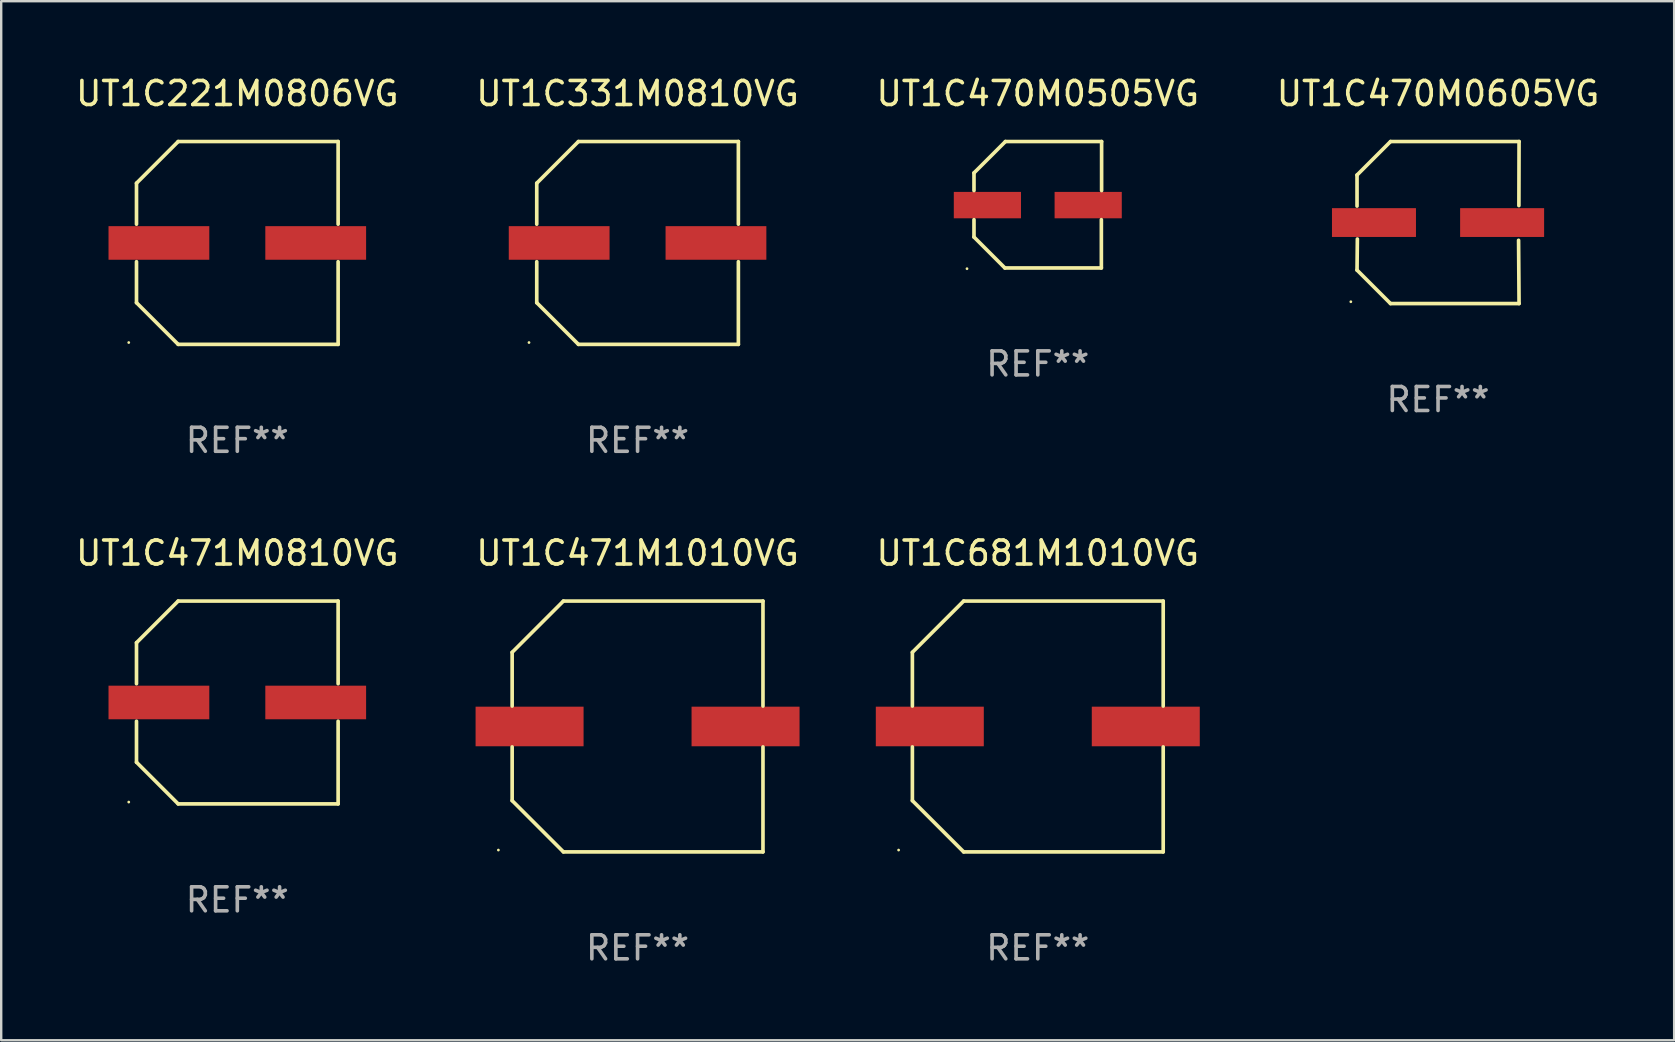
<source format=kicad_pcb>
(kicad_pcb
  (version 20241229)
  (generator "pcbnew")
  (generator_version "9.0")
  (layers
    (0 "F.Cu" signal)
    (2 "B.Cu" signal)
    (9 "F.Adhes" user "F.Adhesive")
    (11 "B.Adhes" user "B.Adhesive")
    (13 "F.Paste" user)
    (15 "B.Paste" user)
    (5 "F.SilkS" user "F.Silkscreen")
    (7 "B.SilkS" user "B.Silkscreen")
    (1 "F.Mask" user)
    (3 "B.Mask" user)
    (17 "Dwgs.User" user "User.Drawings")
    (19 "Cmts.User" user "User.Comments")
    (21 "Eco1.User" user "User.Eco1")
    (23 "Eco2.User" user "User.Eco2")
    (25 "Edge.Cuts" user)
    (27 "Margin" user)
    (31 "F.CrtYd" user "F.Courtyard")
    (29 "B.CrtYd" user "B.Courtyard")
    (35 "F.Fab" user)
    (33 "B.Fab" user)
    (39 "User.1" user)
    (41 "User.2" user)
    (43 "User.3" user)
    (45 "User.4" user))
  (footprint "UT1C471M1010VG"
    (layer "F.Cu")
    (at 23.518 27.223)
    (property "Reference" "UT1C471M1010VG" (at 0 -7.226 0) (layer "F.SilkS") (effects (font (size 1 1) (thickness 0.15))))
    (attr through_hole)
    (fp_line (start -5.226 -3.09) (end -5.226 -0.852) (stroke (width 0.152) (type solid)) (layer "F.SilkS"))
    (fp_line (start -5.226 3.09) (end -5.226 0.852) (stroke (width 0.152) (type solid)) (layer "F.SilkS"))
    (fp_line (start -3.09 -5.226) (end -5.226 -3.09) (stroke (width 0.152) (type solid)) (layer "F.SilkS"))
    (fp_line (start -3.09 5.226) (end -5.226 3.09) (stroke (width 0.152) (type solid)) (layer "F.SilkS"))
    (fp_line (start 5.226 -5.226) (end -3.09 -5.226) (stroke (width 0.152) (type solid)) (layer "F.SilkS"))
    (fp_line (start 5.226 -0.852) (end 5.226 -5.226) (stroke (width 0.152) (type solid)) (layer "F.SilkS"))
    (fp_line (start 5.226 0.852) (end 5.226 5.226) (stroke (width 0.152) (type solid)) (layer "F.SilkS"))
    (fp_line (start 5.226 5.226) (end -3.09 5.226) (stroke (width 0.152) (type solid)) (layer "F.SilkS"))
    (fp_circle (center -5.8 5.15) (end -5.77 5.15) (stroke (width 0.06) (type solid)) (fill no) (layer "F.SilkS"))
    (fp_text user "REF**" (at 0 9.226 0) (layer "F.Fab") (effects (font (size 1 1) (thickness 0.15))))
    (pad "1" smd rect (at -4.5 0) (size 4.5 1.65) (layers "F.Cu" "F.Mask" "F.Paste"))
    (pad "2" smd rect (at 4.5 0) (size 4.5 1.65) (layers "F.Cu" "F.Mask" "F.Paste")))
  (footprint "UT1C221M0806VG"
    (layer "F.Cu")
    (at 6.839 7.074)
    (property "Reference" "UT1C221M0806VG" (at 0 -6.226 0) (layer "F.SilkS") (effects (font (size 1 1) (thickness 0.15))))
    (attr through_hole)
    (fp_line (start -4.201 -2.49) (end -4.201 -0.782) (stroke (width 0.152) (type solid)) (layer "F.SilkS"))
    (fp_line (start -4.201 2.49) (end -4.201 0.782) (stroke (width 0.152) (type solid)) (layer "F.SilkS"))
    (fp_line (start -2.465 -4.226) (end -4.201 -2.49) (stroke (width 0.152) (type solid)) (layer "F.SilkS"))
    (fp_line (start -2.465 4.226) (end -4.201 2.49) (stroke (width 0.152) (type solid)) (layer "F.SilkS"))
    (fp_line (start 4.201 -4.226) (end -2.465 -4.226) (stroke (width 0.152) (type solid)) (layer "F.SilkS"))
    (fp_line (start 4.201 -0.782) (end 4.201 -4.226) (stroke (width 0.152) (type solid)) (layer "F.SilkS"))
    (fp_line (start 4.201 0.782) (end 4.201 4.226) (stroke (width 0.152) (type solid)) (layer "F.SilkS"))
    (fp_line (start 4.201 4.226) (end -2.465 4.226) (stroke (width 0.152) (type solid)) (layer "F.SilkS"))
    (fp_circle (center -4.524 4.15) (end -4.494 4.15) (stroke (width 0.06) (type solid)) (fill no) (layer "F.SilkS"))
    (fp_text user "REF**" (at 0 8.226 0) (layer "F.Fab") (effects (font (size 1 1) (thickness 0.15))))
    (pad "1" smd rect (at -3.267 0) (size 4.2 1.4) (layers "F.Cu" "F.Mask" "F.Paste"))
    (pad "2" smd rect (at 3.267 0) (size 4.2 1.4) (layers "F.Cu" "F.Mask" "F.Paste")))
  (footprint "UT1C331M0810VG"
    (layer "F.Cu")
    (at 23.518 7.074)
    (property "Reference" "UT1C331M0810VG" (at 0 -6.226 0) (layer "F.SilkS") (effects (font (size 1 1) (thickness 0.15))))
    (attr through_hole)
    (fp_line (start -4.201 -2.49) (end -4.201 -0.782) (stroke (width 0.152) (type solid)) (layer "F.SilkS"))
    (fp_line (start -4.201 2.49) (end -4.201 0.782) (stroke (width 0.152) (type solid)) (layer "F.SilkS"))
    (fp_line (start -2.465 -4.226) (end -4.201 -2.49) (stroke (width 0.152) (type solid)) (layer "F.SilkS"))
    (fp_line (start -2.465 4.226) (end -4.201 2.49) (stroke (width 0.152) (type solid)) (layer "F.SilkS"))
    (fp_line (start 4.201 -4.226) (end -2.465 -4.226) (stroke (width 0.152) (type solid)) (layer "F.SilkS"))
    (fp_line (start 4.201 -0.782) (end 4.201 -4.226) (stroke (width 0.152) (type solid)) (layer "F.SilkS"))
    (fp_line (start 4.201 0.782) (end 4.201 4.226) (stroke (width 0.152) (type solid)) (layer "F.SilkS"))
    (fp_line (start 4.201 4.226) (end -2.465 4.226) (stroke (width 0.152) (type solid)) (layer "F.SilkS"))
    (fp_circle (center -4.524 4.15) (end -4.494 4.15) (stroke (width 0.06) (type solid)) (fill no) (layer "F.SilkS"))
    (fp_text user "REF**" (at 0 8.226 0) (layer "F.Fab") (effects (font (size 1 1) (thickness 0.15))))
    (pad "1" smd rect (at -3.267 0) (size 4.2 1.4) (layers "F.Cu" "F.Mask" "F.Paste"))
    (pad "2" smd rect (at 3.267 0) (size 4.2 1.4) (layers "F.Cu" "F.Mask" "F.Paste")))
  (footprint "UT1C470M0605VG"
    (layer "F.Cu")
    (at 56.875 6.224)
    (property "Reference" "UT1C470M0605VG" (at 0 -5.376 0) (layer "F.SilkS") (effects (font (size 1 1) (thickness 0.15))))
    (attr through_hole)
    (fp_line (start -3.376 -1.98) (end -3.376 -0.686) (stroke (width 0.152) (type solid)) (layer "F.SilkS"))
    (fp_line (start -3.376 1.981) (end -3.362 0.686) (stroke (width 0.152) (type solid)) (layer "F.SilkS"))
    (fp_line (start -1.981 3.376) (end -3.376 1.981) (stroke (width 0.152) (type solid)) (layer "F.SilkS"))
    (fp_line (start -1.98 -3.376) (end -3.376 -1.98) (stroke (width 0.152) (type solid)) (layer "F.SilkS"))
    (fp_line (start 3.356 0.74) (end 3.376 3.376) (stroke (width 0.152) (type solid)) (layer "F.SilkS"))
    (fp_line (start 3.369 -0.707) (end 3.376 -3.376) (stroke (width 0.152) (type solid)) (layer "F.SilkS"))
    (fp_line (start 3.376 3.376) (end -1.981 3.376) (stroke (width 0.152) (type solid)) (layer "F.SilkS"))
    (fp_line (start 3.376 -3.376) (end -1.98 -3.376) (stroke (width 0.152) (type solid)) (layer "F.SilkS"))
    (fp_circle (center -3.634 3.3) (end -3.604 3.3) (stroke (width 0.06) (type solid)) (fill no) (layer "F.SilkS"))
    (fp_text user "REF**" (at 0 7.376 0) (layer "F.Fab") (effects (font (size 1 1) (thickness 0.15))))
    (pad "1" smd rect (at -2.67 0.000254) (size 3.5 1.2) (layers "F.Cu" "F.Mask" "F.Paste"))
    (pad "2" smd rect (at 2.67 0.000254) (size 3.5 1.2) (layers "F.Cu" "F.Mask" "F.Paste")))
  (footprint "UT1C471M0810VG"
    (layer "F.Cu")
    (at 6.839 26.223)
    (property "Reference" "UT1C471M0810VG" (at 0 -6.226 0) (layer "F.SilkS") (effects (font (size 1 1) (thickness 0.15))))
    (attr through_hole)
    (fp_line (start -4.201 -2.49) (end -4.201 -0.782) (stroke (width 0.152) (type solid)) (layer "F.SilkS"))
    (fp_line (start -4.201 2.49) (end -4.201 0.782) (stroke (width 0.152) (type solid)) (layer "F.SilkS"))
    (fp_line (start -2.465 -4.226) (end -4.201 -2.49) (stroke (width 0.152) (type solid)) (layer "F.SilkS"))
    (fp_line (start -2.465 4.226) (end -4.201 2.49) (stroke (width 0.152) (type solid)) (layer "F.SilkS"))
    (fp_line (start 4.201 -4.226) (end -2.465 -4.226) (stroke (width 0.152) (type solid)) (layer "F.SilkS"))
    (fp_line (start 4.201 -0.782) (end 4.201 -4.226) (stroke (width 0.152) (type solid)) (layer "F.SilkS"))
    (fp_line (start 4.201 0.782) (end 4.201 4.226) (stroke (width 0.152) (type solid)) (layer "F.SilkS"))
    (fp_line (start 4.201 4.226) (end -2.465 4.226) (stroke (width 0.152) (type solid)) (layer "F.SilkS"))
    (fp_circle (center -4.524 4.15) (end -4.494 4.15) (stroke (width 0.06) (type solid)) (fill no) (layer "F.SilkS"))
    (fp_text user "REF**" (at 0 8.226 0) (layer "F.Fab") (effects (font (size 1 1) (thickness 0.15))))
    (pad "1" smd rect (at -3.267 0) (size 4.2 1.4) (layers "F.Cu" "F.Mask" "F.Paste"))
    (pad "2" smd rect (at 3.267 0) (size 4.2 1.4) (layers "F.Cu" "F.Mask" "F.Paste")))
  (footprint "UT1C681M1010VG"
    (layer "F.Cu")
    (at 40.196 27.223)
    (property "Reference" "UT1C681M1010VG" (at 0 -7.226 0) (layer "F.SilkS") (effects (font (size 1 1) (thickness 0.15))))
    (attr through_hole)
    (fp_line (start -5.226 -3.09) (end -5.226 -0.852) (stroke (width 0.152) (type solid)) (layer "F.SilkS"))
    (fp_line (start -5.226 3.09) (end -5.226 0.852) (stroke (width 0.152) (type solid)) (layer "F.SilkS"))
    (fp_line (start -3.09 -5.226) (end -5.226 -3.09) (stroke (width 0.152) (type solid)) (layer "F.SilkS"))
    (fp_line (start -3.09 5.226) (end -5.226 3.09) (stroke (width 0.152) (type solid)) (layer "F.SilkS"))
    (fp_line (start 5.226 -5.226) (end -3.09 -5.226) (stroke (width 0.152) (type solid)) (layer "F.SilkS"))
    (fp_line (start 5.226 -0.852) (end 5.226 -5.226) (stroke (width 0.152) (type solid)) (layer "F.SilkS"))
    (fp_line (start 5.226 0.852) (end 5.226 5.226) (stroke (width 0.152) (type solid)) (layer "F.SilkS"))
    (fp_line (start 5.226 5.226) (end -3.09 5.226) (stroke (width 0.152) (type solid)) (layer "F.SilkS"))
    (fp_circle (center -5.8 5.15) (end -5.77 5.15) (stroke (width 0.06) (type solid)) (fill no) (layer "F.SilkS"))
    (fp_text user "REF**" (at 0 9.226 0) (layer "F.Fab") (effects (font (size 1 1) (thickness 0.15))))
    (pad "1" smd rect (at -4.5 0) (size 4.5 1.65) (layers "F.Cu" "F.Mask" "F.Paste"))
    (pad "2" smd rect (at 4.5 0) (size 4.5 1.65) (layers "F.Cu" "F.Mask" "F.Paste")))
  (footprint "UT1C470M0505VG"
    (layer "F.Cu")
    (at 40.196 5.482)
    (property "Reference" "UT1C470M0505VG" (at 0 -4.634 0) (layer "F.SilkS") (effects (font (size 1 1) (thickness 0.15))))
    (attr through_hole)
    (fp_line (start -2.659 -1.326) (end -2.659 -0.592) (stroke (width 0.152) (type solid)) (layer "F.SilkS"))
    (fp_line (start -2.659 1.346) (end -2.659 0.622) (stroke (width 0.152) (type solid)) (layer "F.SilkS"))
    (fp_line (start -1.372 2.634) (end -2.659 1.346) (stroke (width 0.152) (type solid)) (layer "F.SilkS"))
    (fp_line (start -1.349 -2.634) (end -2.659 -1.326) (stroke (width 0.152) (type solid)) (layer "F.SilkS"))
    (fp_line (start 2.649 0.622) (end 2.649 2.634) (stroke (width 0.152) (type solid)) (layer "F.SilkS"))
    (fp_line (start 2.649 2.634) (end -1.372 2.634) (stroke (width 0.152) (type solid)) (layer "F.SilkS"))
    (fp_line (start 2.659 -2.634) (end -1.349 -2.634) (stroke (width 0.152) (type solid)) (layer "F.SilkS"))
    (fp_line (start 2.659 -0.592) (end 2.659 -2.634) (stroke (width 0.152) (type solid)) (layer "F.SilkS"))
    (fp_circle (center -2.95 2.665) (end -2.92 2.665) (stroke (width 0.06) (type solid)) (fill no) (layer "F.SilkS"))
    (fp_text user "REF**" (at 0 6.634 0) (layer "F.Fab") (effects (font (size 1 1) (thickness 0.15))))
    (pad "1" smd rect (at -2.1 0.015) (size 2.8 1.1) (layers "F.Cu" "F.Mask" "F.Paste"))
    (pad "2" smd rect (at 2.1 0.015) (size 2.8 1.1) (layers "F.Cu" "F.Mask" "F.Paste")))
  (gr_rect
    (start -3 -3)
    (end 66.714 40.298)
    (stroke (width 0.1) (type default))
    (fill no)
    (layer "Edge.Cuts")))
</source>
